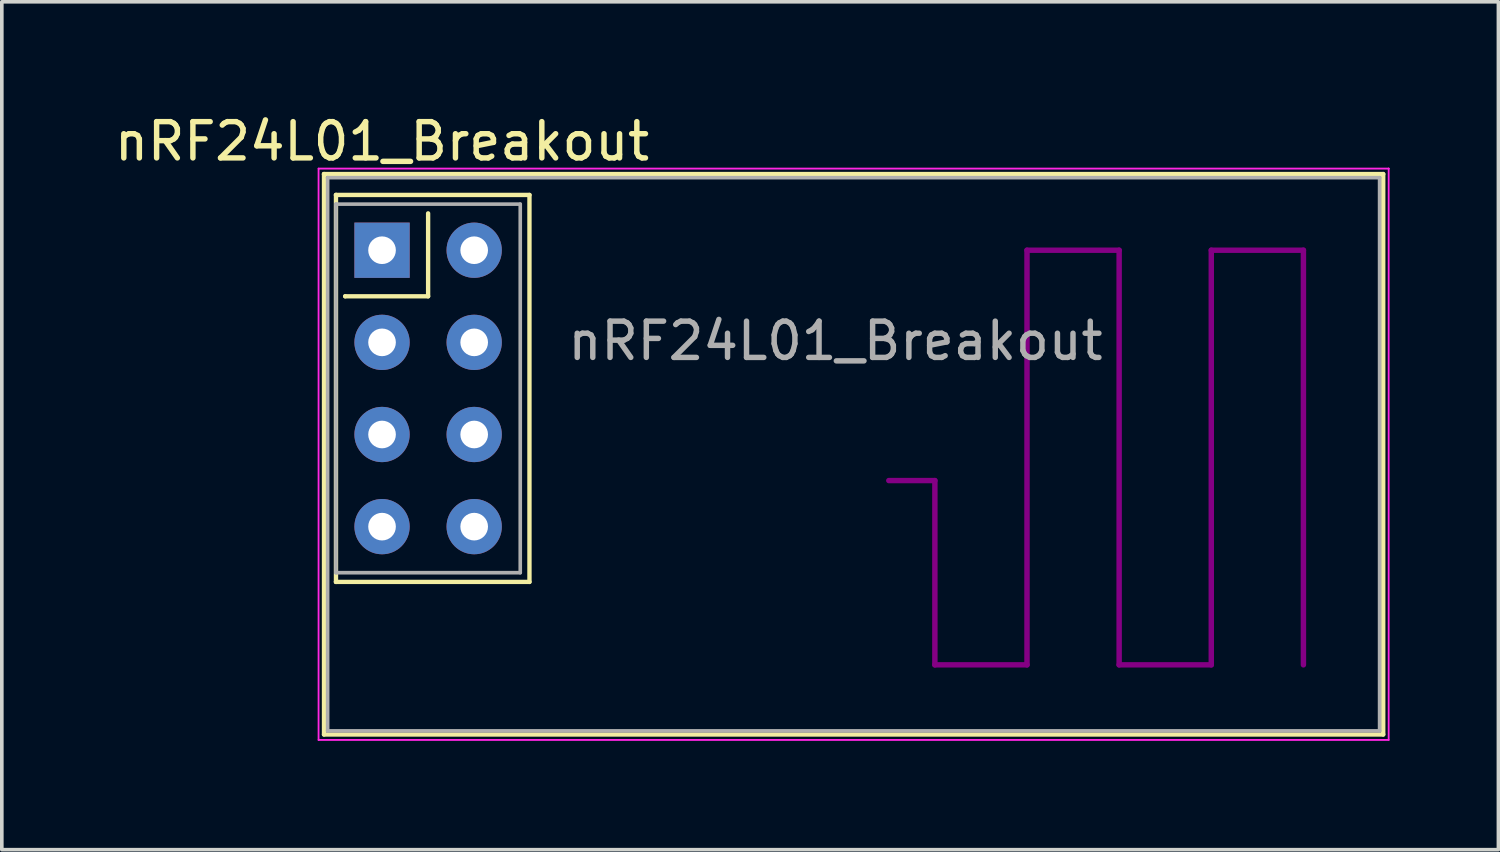
<source format=kicad_pcb>
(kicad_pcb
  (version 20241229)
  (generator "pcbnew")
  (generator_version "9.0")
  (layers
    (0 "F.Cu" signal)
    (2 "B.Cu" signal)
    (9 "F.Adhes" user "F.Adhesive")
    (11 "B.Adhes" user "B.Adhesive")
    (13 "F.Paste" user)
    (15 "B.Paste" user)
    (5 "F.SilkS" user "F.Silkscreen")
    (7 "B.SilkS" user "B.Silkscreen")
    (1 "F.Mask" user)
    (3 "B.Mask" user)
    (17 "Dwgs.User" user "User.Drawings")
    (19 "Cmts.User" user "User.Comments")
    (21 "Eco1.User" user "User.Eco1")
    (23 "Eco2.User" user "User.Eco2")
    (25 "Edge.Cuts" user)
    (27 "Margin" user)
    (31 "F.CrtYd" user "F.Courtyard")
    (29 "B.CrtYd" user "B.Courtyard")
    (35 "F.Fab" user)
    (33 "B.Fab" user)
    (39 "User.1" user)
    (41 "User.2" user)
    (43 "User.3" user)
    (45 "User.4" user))
  (footprint "nRF24L01_Breakout"
    (layer "F.Cu")
    (at 7.482 3.848)
    (property "Reference" "nRF24L01_Breakout" (at 0 -3 0) (layer "F.SilkS") (effects (font (size 1 1) (thickness 0.15))))
    (attr through_hole)
    (fp_line (start -1.6 -2.1) (end -1.6 -2.1) (stroke (width 0.12) (type solid)) (layer "F.SilkS"))
    (fp_line (start -1.6 -2.1) (end 27.6 -2.1) (stroke (width 0.12) (type solid)) (layer "F.SilkS"))
    (fp_line (start -1.6 13.35) (end -1.6 -2.1) (stroke (width 0.12) (type solid)) (layer "F.SilkS"))
    (fp_line (start -1.27 -1.524) (end -1.27 -1.524) (stroke (width 0.12) (type solid)) (layer "F.SilkS"))
    (fp_line (start -1.27 -1.524) (end 4.064 -1.524) (stroke (width 0.12) (type solid)) (layer "F.SilkS"))
    (fp_line (start -1.27 9.144) (end -1.27 -1.524) (stroke (width 0.12) (type solid)) (layer "F.SilkS"))
    (fp_line (start -1.27 9.144) (end -1.27 9.144) (stroke (width 0.12) (type solid)) (layer "F.SilkS"))
    (fp_line (start -1.016 1.27) (end -1.016 1.27) (stroke (width 0.12) (type solid)) (layer "F.SilkS"))
    (fp_line (start 1.27 -1.016) (end 1.27 1.27) (stroke (width 0.12) (type solid)) (layer "F.SilkS"))
    (fp_line (start 1.27 1.27) (end -1.016 1.27) (stroke (width 0.12) (type solid)) (layer "F.SilkS"))
    (fp_line (start 4.064 -1.524) (end 4.064 9.144) (stroke (width 0.12) (type solid)) (layer "F.SilkS"))
    (fp_line (start 4.064 9.144) (end -1.27 9.144) (stroke (width 0.12) (type solid)) (layer "F.SilkS"))
    (fp_line (start 27.6 -2.1) (end 27.6 13.35) (stroke (width 0.12) (type solid)) (layer "F.SilkS"))
    (fp_line (start 27.6 13.35) (end -1.6 13.35) (stroke (width 0.12) (type solid)) (layer "F.SilkS"))
    (fp_line (start 15.24 6.35) (end 13.97 6.35) (stroke (width 0.15) (type solid)) (layer "F.Adhes"))
    (fp_line (start 15.24 11.43) (end 15.24 6.35) (stroke (width 0.15) (type solid)) (layer "F.Adhes"))
    (fp_line (start 17.78 0) (end 17.78 11.43) (stroke (width 0.15) (type solid)) (layer "F.Adhes"))
    (fp_line (start 17.78 11.43) (end 15.24 11.43) (stroke (width 0.15) (type solid)) (layer "F.Adhes"))
    (fp_line (start 20.32 0) (end 17.78 0) (stroke (width 0.15) (type solid)) (layer "F.Adhes"))
    (fp_line (start 20.32 11.43) (end 20.32 0) (stroke (width 0.15) (type solid)) (layer "F.Adhes"))
    (fp_line (start 22.86 0) (end 22.86 11.43) (stroke (width 0.15) (type solid)) (layer "F.Adhes"))
    (fp_line (start 22.86 11.43) (end 20.32 11.43) (stroke (width 0.15) (type solid)) (layer "F.Adhes"))
    (fp_line (start 25.4 0) (end 22.86 0) (stroke (width 0.15) (type solid)) (layer "F.Adhes"))
    (fp_line (start 25.4 11.43) (end 25.4 0) (stroke (width 0.15) (type solid)) (layer "F.Adhes"))
    (fp_line (start -1.75 -2.25) (end -1.75 13.5) (stroke (width 0.05) (type solid)) (layer "F.CrtYd"))
    (fp_line (start -1.75 13.5) (end 27.75 13.5) (stroke (width 0.05) (type solid)) (layer "F.CrtYd"))
    (fp_line (start 27.75 -2.25) (end -1.75 -2.25) (stroke (width 0.05) (type solid)) (layer "F.CrtYd"))
    (fp_line (start 27.75 -2.25) (end 27.75 -2.25) (stroke (width 0.05) (type solid)) (layer "F.CrtYd"))
    (fp_line (start 27.75 13.5) (end 27.75 -2.25) (stroke (width 0.05) (type solid)) (layer "F.CrtYd"))
    (fp_line (start -1.5 -2) (end -1.5 -2) (stroke (width 0.1) (type solid)) (layer "F.Fab"))
    (fp_line (start -1.5 -2) (end 27.5 -2) (stroke (width 0.1) (type solid)) (layer "F.Fab"))
    (fp_line (start -1.5 13.25) (end -1.5 -2) (stroke (width 0.1) (type solid)) (layer "F.Fab"))
    (fp_line (start -1.27 -1.27) (end -1.27 -1.27) (stroke (width 0.1) (type solid)) (layer "F.Fab"))
    (fp_line (start -1.27 -1.27) (end 3.81 -1.27) (stroke (width 0.1) (type solid)) (layer "F.Fab"))
    (fp_line (start -1.27 8.89) (end -1.27 -1.27) (stroke (width 0.1) (type solid)) (layer "F.Fab"))
    (fp_line (start 3.81 -1.27) (end 3.81 8.89) (stroke (width 0.1) (type solid)) (layer "F.Fab"))
    (fp_line (start 3.81 8.89) (end -1.27 8.89) (stroke (width 0.1) (type solid)) (layer "F.Fab"))
    (fp_line (start 27.5 -2) (end 27.5 13.25) (stroke (width 0.1) (type solid)) (layer "F.Fab"))
    (fp_line (start 27.5 13.25) (end -1.5 13.25) (stroke (width 0.1) (type solid)) (layer "F.Fab"))
    (fp_text user "${REFERENCE}" (at 12.5 2.5 0) (layer "F.Fab") (effects (font (size 1 1) (thickness 0.15))))
    (pad "1" thru_hole rect (at 0 0) (size 1.524 1.524) (drill 0.762) (layers "*.Cu" "*.Mask"))
    (pad "2" thru_hole circle (at 2.54 0) (size 1.524 1.524) (drill 0.762) (layers "*.Cu" "*.Mask"))
    (pad "3" thru_hole circle (at 0 2.54) (size 1.524 1.524) (drill 0.762) (layers "*.Cu" "*.Mask"))
    (pad "4" thru_hole circle (at 2.54 2.54) (size 1.524 1.524) (drill 0.762) (layers "*.Cu" "*.Mask"))
    (pad "5" thru_hole circle (at 0 5.08) (size 1.524 1.524) (drill 0.762) (layers "*.Cu" "*.Mask"))
    (pad "6" thru_hole circle (at 2.54 5.08) (size 1.524 1.524) (drill 0.762) (layers "*.Cu" "*.Mask"))
    (pad "7" thru_hole circle (at 0 7.62) (size 1.524 1.524) (drill 0.762) (layers "*.Cu" "*.Mask"))
    (pad "8" thru_hole circle (at 2.54 7.62) (size 1.524 1.524) (drill 0.762) (layers "*.Cu" "*.Mask")))
  (gr_rect
    (start -3 -3)
    (end 38.257 20.373)
    (stroke (width 0.1) (type default))
    (fill no)
    (layer "Edge.Cuts")))
</source>
